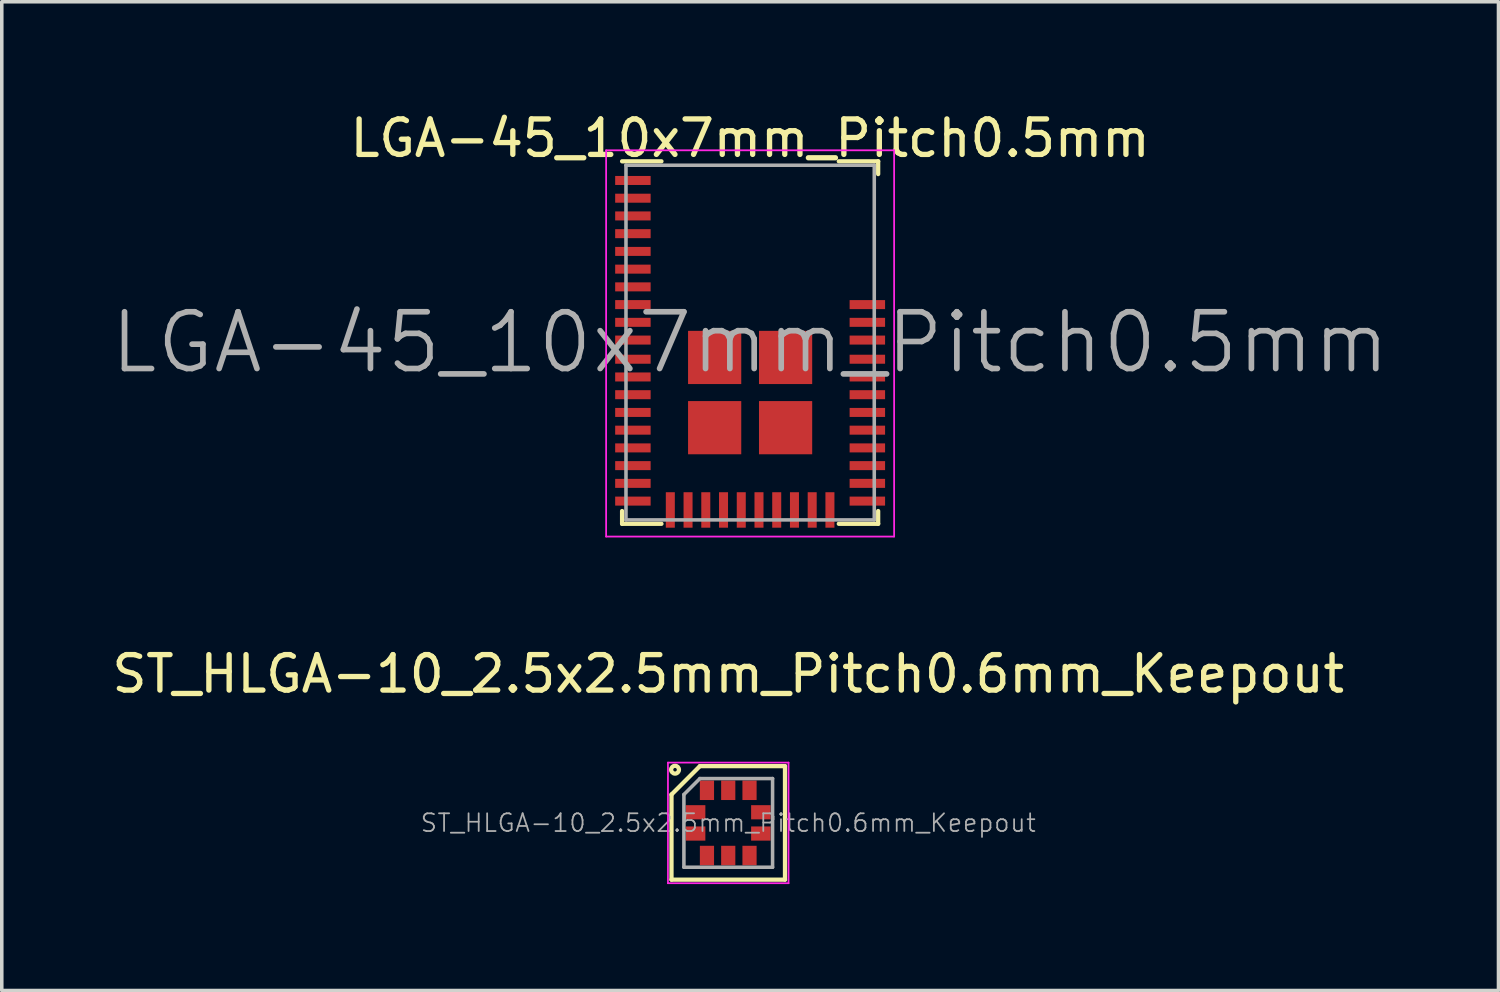
<source format=kicad_pcb>
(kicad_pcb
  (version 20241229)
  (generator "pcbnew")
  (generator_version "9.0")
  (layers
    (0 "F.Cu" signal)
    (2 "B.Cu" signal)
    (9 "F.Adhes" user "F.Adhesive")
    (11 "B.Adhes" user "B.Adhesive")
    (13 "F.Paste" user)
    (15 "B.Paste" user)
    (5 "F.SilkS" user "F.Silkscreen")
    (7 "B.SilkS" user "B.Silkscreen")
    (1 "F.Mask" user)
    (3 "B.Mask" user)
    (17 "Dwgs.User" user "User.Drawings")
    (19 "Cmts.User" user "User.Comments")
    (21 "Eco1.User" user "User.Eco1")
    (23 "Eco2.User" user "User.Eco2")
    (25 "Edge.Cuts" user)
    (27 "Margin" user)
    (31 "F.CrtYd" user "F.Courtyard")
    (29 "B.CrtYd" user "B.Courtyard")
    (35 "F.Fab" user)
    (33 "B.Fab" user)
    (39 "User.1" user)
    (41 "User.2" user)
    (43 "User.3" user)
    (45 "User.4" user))
  (footprint "ST_HLGA-10_2.5x2.5mm_Pitch0.6mm_Keepout"
    (layer "F.Cu")
    (at 17.482 20.151)
    (property "Reference" "ST_HLGA-10_2.5x2.5mm_Pitch0.6mm_Keepout" (at 0 -4.2 0) (layer "F.SilkS") (effects (font (size 1 1) (thickness 0.15))))
    (attr smd)
    (fp_line (start -1.6 1.6) (end -1.6 -0.8) (stroke (width 0.12) (type solid)) (layer "F.SilkS"))
    (fp_line (start -0.8 -1.6) (end -1.6 -0.8) (stroke (width 0.12) (type solid)) (layer "F.SilkS"))
    (fp_line (start -0.8 -1.6) (end 1.6 -1.6) (stroke (width 0.12) (type solid)) (layer "F.SilkS"))
    (fp_line (start 1.6 -1.6) (end 1.6 1.6) (stroke (width 0.12) (type solid)) (layer "F.SilkS"))
    (fp_line (start 1.6 1.6) (end -1.6 1.6) (stroke (width 0.12) (type solid)) (layer "F.SilkS"))
    (fp_circle (center -1.5 -1.5) (end -1.45 -1.5) (stroke (width 0.12) (type solid)) (fill no) (layer "F.SilkS"))
    (fp_line (start -1.7 -1.7) (end 1.7 -1.7) (stroke (width 0.05) (type solid)) (layer "F.CrtYd"))
    (fp_line (start -1.7 1.7) (end -1.7 -1.7) (stroke (width 0.05) (type solid)) (layer "F.CrtYd"))
    (fp_line (start 1.7 -1.7) (end 1.7 1.7) (stroke (width 0.05) (type solid)) (layer "F.CrtYd"))
    (fp_line (start 1.7 1.7) (end -1.7 1.7) (stroke (width 0.05) (type solid)) (layer "F.CrtYd"))
    (fp_line (start -1.25 1.25) (end -1.25 -0.8) (stroke (width 0.1) (type solid)) (layer "F.Fab"))
    (fp_line (start -0.8 -1.25) (end -1.25 -0.8) (stroke (width 0.1) (type solid)) (layer "F.Fab"))
    (fp_line (start -0.8 -1.25) (end 1.25 -1.25) (stroke (width 0.1) (type solid)) (layer "F.Fab"))
    (fp_line (start 1.25 -1.25) (end 1.25 1.25) (stroke (width 0.1) (type solid)) (layer "F.Fab"))
    (fp_line (start 1.25 1.25) (end -1.25 1.25) (stroke (width 0.1) (type solid)) (layer "F.Fab"))
    (fp_text user "${REFERENCE}" (at 0 0 0) (layer "F.Fab") (effects (font (size 0.5 0.5) (thickness 0.05))))
    (pad "" smd rect (at -0.92 -0.3 90) (size 0.5 0.85) (drill (offset 0 -0.1)) (layers "F.Mask"))
    (pad "" smd rect (at -0.92 0.3 90) (size 0.5 0.85) (drill (offset 0 -0.1)) (layers "F.Mask"))
    (pad "" smd rect (at -0.6 -0.92) (size 0.5 0.85) (drill (offset 0 -0.1)) (layers "F.Mask"))
    (pad "" smd rect (at -0.6 0.92 180) (size 0.5 0.85) (drill (offset 0 -0.1)) (layers "F.Mask"))
    (pad "" smd rect (at 0 -0.92) (size 0.5 0.85) (drill (offset 0 -0.1)) (layers "F.Mask"))
    (pad "" smd rect (at 0 0.92 180) (size 0.5 0.85) (drill (offset 0 -0.1)) (layers "F.Mask"))
    (pad "" smd rect (at 0.6 -0.92) (size 0.5 0.85) (drill (offset 0 -0.1)) (layers "F.Mask"))
    (pad "" smd rect (at 0.6 0.92 180) (size 0.5 0.85) (drill (offset 0 -0.1)) (layers "F.Mask"))
    (pad "" smd rect (at 0.92 -0.3 270) (size 0.5 0.85) (drill (offset 0 -0.1)) (layers "F.Mask"))
    (pad "" smd rect (at 0.92 0.3 270) (size 0.5 0.85) (drill (offset 0 -0.1)) (layers "F.Mask"))
    (pad "1" smd rect (at -0.92 -0.3 90) (size 0.4 0.55) (layers "F.Cu" "F.Mask" "F.Paste"))
    (pad "2" smd rect (at -0.92 0.3 90) (size 0.4 0.55) (layers "F.Cu" "F.Mask" "F.Paste"))
    (pad "3" smd rect (at -0.6 0.92) (size 0.4 0.55) (layers "F.Cu" "F.Mask" "F.Paste"))
    (pad "4" smd rect (at 0 0.92) (size 0.4 0.55) (layers "F.Cu" "F.Mask" "F.Paste"))
    (pad "5" smd rect (at 0.6 0.92) (size 0.4 0.55) (layers "F.Cu" "F.Mask" "F.Paste"))
    (pad "6" smd rect (at 0.92 0.3 90) (size 0.4 0.55) (layers "F.Cu" "F.Mask" "F.Paste"))
    (pad "7" smd rect (at 0.92 -0.3 90) (size 0.4 0.55) (layers "F.Cu" "F.Mask" "F.Paste"))
    (pad "8" smd rect (at 0.6 -0.92) (size 0.4 0.55) (layers "F.Cu" "F.Mask" "F.Paste"))
    (pad "9" smd rect (at 0 -0.92) (size 0.4 0.55) (layers "F.Cu" "F.Mask" "F.Paste"))
    (pad "10" smd rect (at -0.6 -0.92) (size 0.4 0.55) (layers "F.Cu" "F.Mask" "F.Paste")))
  (footprint "LGA-45_10x7mm_Pitch0.5mm"
    (layer "F.Cu")
    (at 18.099 6.608)
    (property "Reference" "LGA-45_10x7mm_Pitch0.5mm" (at 0 -5.76 0) (layer "F.SilkS") (effects (font (size 1 1) (thickness 0.15))))
    (attr smd)
    (fp_line (start -3.61 -5.11) (end -2.5 -5.11) (stroke (width 0.12) (type solid)) (layer "F.SilkS"))
    (fp_line (start -3.61 4.75) (end -3.61 5.11) (stroke (width 0.12) (type solid)) (layer "F.SilkS"))
    (fp_line (start -3.61 5.11) (end -2.5 5.11) (stroke (width 0.12) (type solid)) (layer "F.SilkS"))
    (fp_line (start 3.61 -5.11) (end 2.5 -5.11) (stroke (width 0.12) (type solid)) (layer "F.SilkS"))
    (fp_line (start 3.61 -4.75) (end 3.61 -5.11) (stroke (width 0.12) (type solid)) (layer "F.SilkS"))
    (fp_line (start 3.61 4.75) (end 3.61 5.11) (stroke (width 0.12) (type solid)) (layer "F.SilkS"))
    (fp_line (start 3.61 5.11) (end 2.5 5.11) (stroke (width 0.12) (type solid)) (layer "F.SilkS"))
    (fp_line (start -4.06 -5.42) (end -4.06 5.47) (stroke (width 0.05) (type solid)) (layer "F.CrtYd"))
    (fp_line (start -4.06 5.47) (end 4.06 5.47) (stroke (width 0.05) (type solid)) (layer "F.CrtYd"))
    (fp_line (start 4.06 -5.42) (end -4.06 -5.42) (stroke (width 0.05) (type solid)) (layer "F.CrtYd"))
    (fp_line (start 4.06 5.47) (end 4.06 -5.42) (stroke (width 0.05) (type solid)) (layer "F.CrtYd"))
    (fp_line (start -3.5 -5) (end -3.5 5) (stroke (width 0.1) (type solid)) (layer "F.Fab"))
    (fp_line (start -3.5 5) (end 3.5 5) (stroke (width 0.1) (type solid)) (layer "F.Fab"))
    (fp_line (start 3.5 -5) (end -3.5 -5) (stroke (width 0.1) (type solid)) (layer "F.Fab"))
    (fp_line (start 3.5 5) (end 3.5 -5) (stroke (width 0.1) (type solid)) (layer "F.Fab"))
    (fp_text user "${REFERENCE}" (at 0 0 0) (layer "F.Fab") (effects (font (size 1.6 1.6) (thickness 0.16))))
    (pad "1" smd rect (at -3.305 -4.57) (size 1 0.254) (layers "F.Cu" "F.Mask" "F.Paste"))
    (pad "2" smd rect (at -3.305 -4.07) (size 1 0.254) (layers "F.Cu" "F.Mask" "F.Paste"))
    (pad "3" smd rect (at -3.305 -3.57) (size 1 0.254) (layers "F.Cu" "F.Mask" "F.Paste"))
    (pad "4" smd rect (at -3.305 -3.07) (size 1 0.254) (layers "F.Cu" "F.Mask" "F.Paste"))
    (pad "5" smd rect (at -3.305 -2.57) (size 1 0.254) (layers "F.Cu" "F.Mask" "F.Paste"))
    (pad "6" smd rect (at -3.305 -2.07) (size 1 0.254) (layers "F.Cu" "F.Mask" "F.Paste"))
    (pad "7" smd rect (at -3.305 -1.57) (size 1 0.254) (layers "F.Cu" "F.Mask" "F.Paste"))
    (pad "8" smd rect (at -3.305 -1.07) (size 1 0.254) (layers "F.Cu" "F.Mask" "F.Paste"))
    (pad "9" smd rect (at -3.305 -0.57) (size 1 0.254) (layers "F.Cu" "F.Mask" "F.Paste"))
    (pad "10" smd rect (at -3.305 -0.07) (size 1 0.254) (layers "F.Cu" "F.Mask" "F.Paste"))
    (pad "11" smd rect (at -3.305 0.47) (size 1 0.254) (layers "F.Cu" "F.Mask" "F.Paste"))
    (pad "12" smd rect (at -3.305 0.97) (size 1 0.254) (layers "F.Cu" "F.Mask" "F.Paste"))
    (pad "13" smd rect (at -3.305 1.47) (size 1 0.254) (layers "F.Cu" "F.Mask" "F.Paste"))
    (pad "14" smd rect (at -3.305 1.97) (size 1 0.254) (layers "F.Cu" "F.Mask" "F.Paste"))
    (pad "15" smd rect (at -3.305 2.47) (size 1 0.254) (layers "F.Cu" "F.Mask" "F.Paste"))
    (pad "16" smd rect (at -3.305 2.97) (size 1 0.254) (layers "F.Cu" "F.Mask" "F.Paste"))
    (pad "17" smd rect (at -3.305 3.47) (size 1 0.254) (layers "F.Cu" "F.Mask" "F.Paste"))
    (pad "18" smd rect (at -3.305 3.97) (size 1 0.254) (layers "F.Cu" "F.Mask" "F.Paste"))
    (pad "19" smd rect (at -3.305 4.47) (size 1 0.254) (layers "F.Cu" "F.Mask" "F.Paste"))
    (pad "20" smd rect (at -2.25 4.72 90) (size 1 0.254) (layers "F.Cu" "F.Mask" "F.Paste"))
    (pad "21" smd rect (at -1.75 4.72 90) (size 1 0.254) (layers "F.Cu" "F.Mask" "F.Paste"))
    (pad "22" smd rect (at -1.25 4.72 90) (size 1 0.254) (layers "F.Cu" "F.Mask" "F.Paste"))
    (pad "23" smd rect (at -0.75 4.72 90) (size 1 0.254) (layers "F.Cu" "F.Mask" "F.Paste"))
    (pad "24" smd rect (at -0.25 4.72 90) (size 1 0.254) (layers "F.Cu" "F.Mask" "F.Paste"))
    (pad "25" smd rect (at 0.25 4.72 90) (size 1 0.254) (layers "F.Cu" "F.Mask" "F.Paste"))
    (pad "26" smd rect (at 0.75 4.72 90) (size 1 0.254) (layers "F.Cu" "F.Mask" "F.Paste"))
    (pad "27" smd rect (at 1.25 4.72 90) (size 1 0.254) (layers "F.Cu" "F.Mask" "F.Paste"))
    (pad "28" smd rect (at 1.75 4.72 90) (size 1 0.254) (layers "F.Cu" "F.Mask" "F.Paste"))
    (pad "29" smd rect (at 2.25 4.72 90) (size 1 0.254) (layers "F.Cu" "F.Mask" "F.Paste"))
    (pad "30" smd rect (at 3.305 4.47) (size 1 0.254) (layers "F.Cu" "F.Mask" "F.Paste"))
    (pad "31" smd rect (at 3.305 3.97) (size 1 0.254) (layers "F.Cu" "F.Mask" "F.Paste"))
    (pad "32" smd rect (at 3.305 3.47) (size 1 0.254) (layers "F.Cu" "F.Mask" "F.Paste"))
    (pad "33" smd rect (at 3.305 2.97) (size 1 0.254) (layers "F.Cu" "F.Mask" "F.Paste"))
    (pad "34" smd rect (at 3.305 2.47) (size 1 0.254) (layers "F.Cu" "F.Mask" "F.Paste"))
    (pad "35" smd rect (at 3.305 1.97) (size 1 0.254) (layers "F.Cu" "F.Mask" "F.Paste"))
    (pad "36" smd rect (at 3.305 1.47) (size 1 0.254) (layers "F.Cu" "F.Mask" "F.Paste"))
    (pad "37" smd rect (at 3.305 0.97) (size 1 0.254) (layers "F.Cu" "F.Mask" "F.Paste"))
    (pad "38" smd rect (at 3.305 0.47) (size 1 0.254) (layers "F.Cu" "F.Mask" "F.Paste"))
    (pad "39" smd rect (at 3.305 -0.07) (size 1 0.254) (layers "F.Cu" "F.Mask" "F.Paste"))
    (pad "40" smd rect (at 3.305 -0.57) (size 1 0.254) (layers "F.Cu" "F.Mask" "F.Paste"))
    (pad "41" smd rect (at 3.305 -1.07) (size 1 0.254) (layers "F.Cu" "F.Mask" "F.Paste"))
    (pad "42" smd rect (at -1 0.42) (size 1.5 1.5) (layers "F.Cu" "F.Mask" "F.Paste"))
    (pad "43" smd rect (at -1 2.4) (size 1.5 1.5) (layers "F.Cu" "F.Mask" "F.Paste"))
    (pad "44" smd rect (at 1 2.4) (size 1.5 1.5) (layers "F.Cu" "F.Mask" "F.Paste"))
    (pad "45" smd rect (at 1 0.42) (size 1.5 1.5) (layers "F.Cu" "F.Mask" "F.Paste")))
  (gr_rect
    (start -3 -3)
    (end 39.198 24.877)
    (stroke (width 0.1) (type default))
    (fill no)
    (layer "Edge.Cuts")))
</source>
